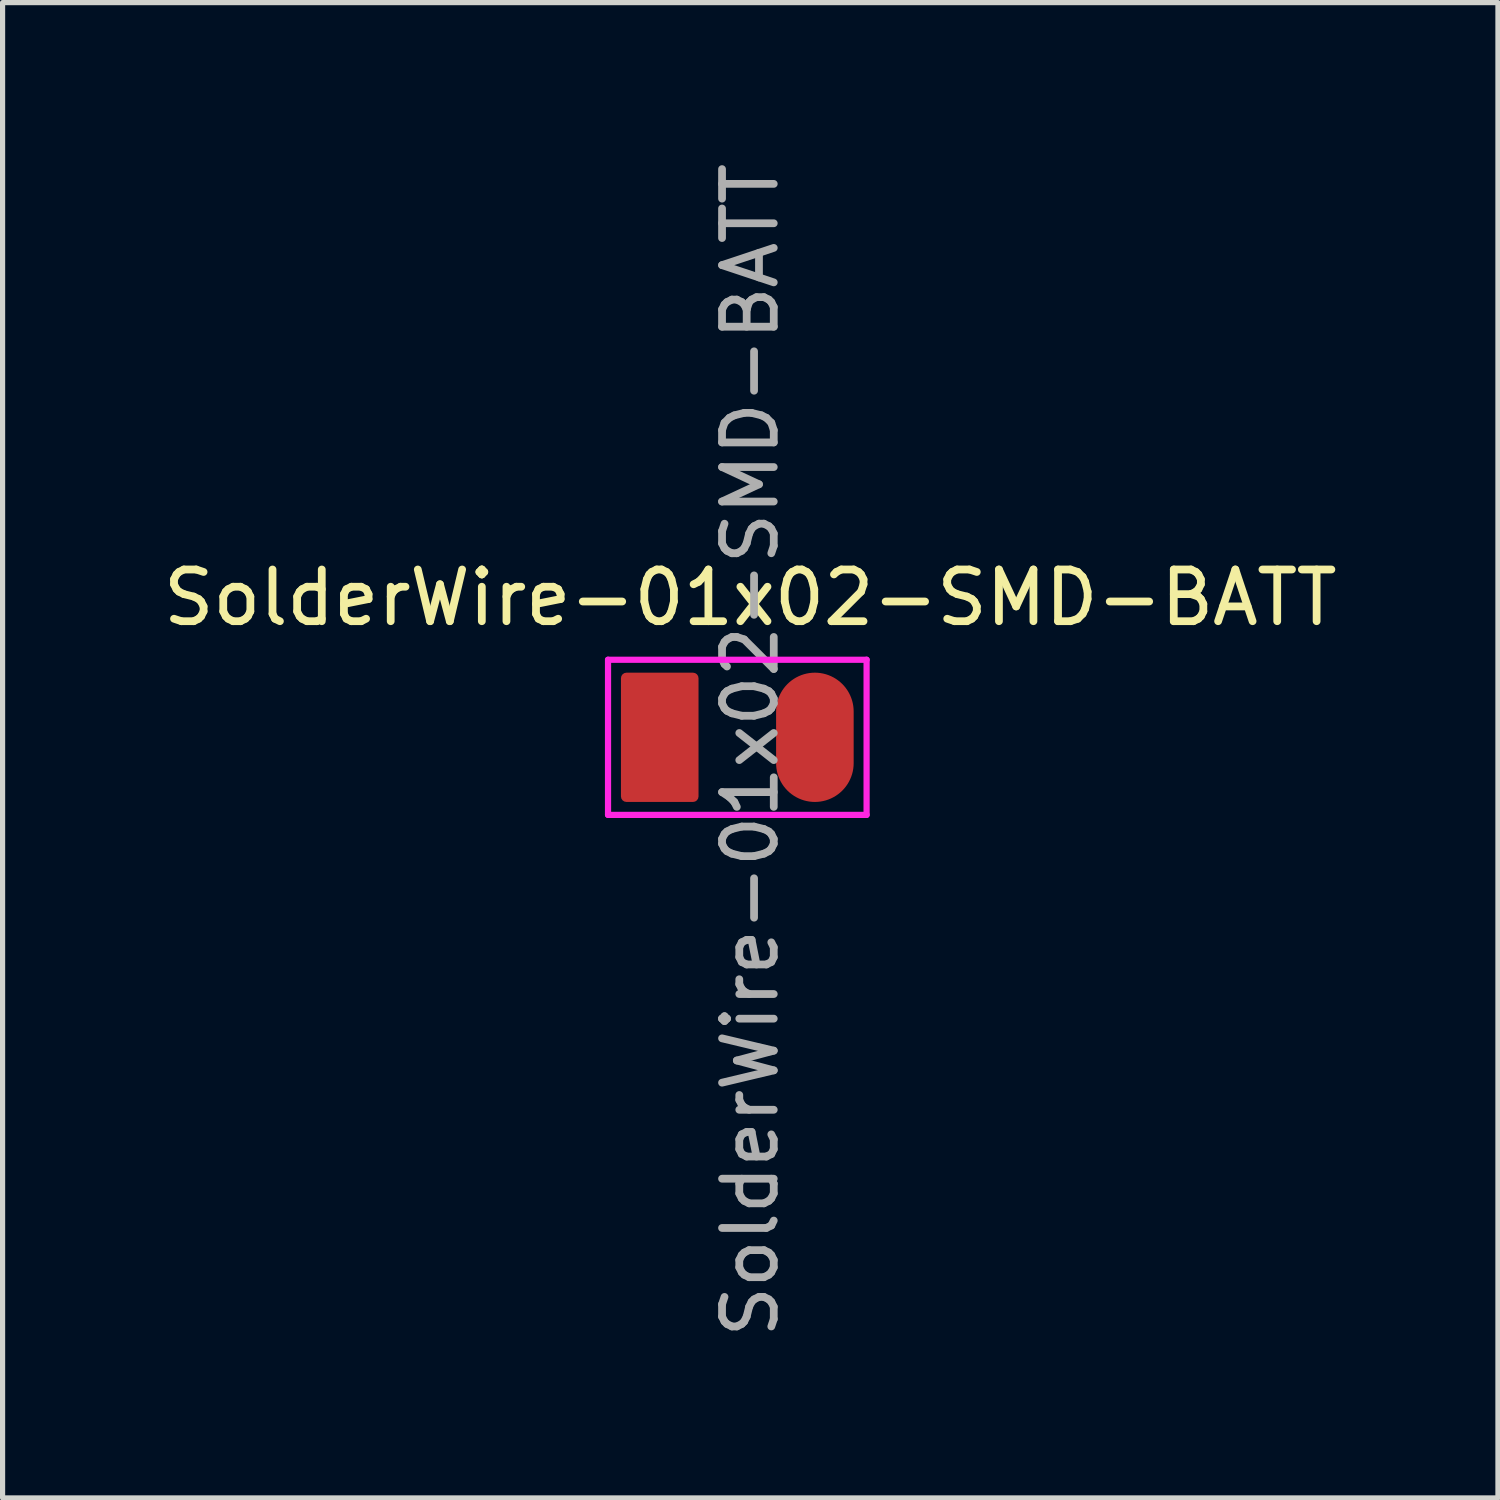
<source format=kicad_pcb>
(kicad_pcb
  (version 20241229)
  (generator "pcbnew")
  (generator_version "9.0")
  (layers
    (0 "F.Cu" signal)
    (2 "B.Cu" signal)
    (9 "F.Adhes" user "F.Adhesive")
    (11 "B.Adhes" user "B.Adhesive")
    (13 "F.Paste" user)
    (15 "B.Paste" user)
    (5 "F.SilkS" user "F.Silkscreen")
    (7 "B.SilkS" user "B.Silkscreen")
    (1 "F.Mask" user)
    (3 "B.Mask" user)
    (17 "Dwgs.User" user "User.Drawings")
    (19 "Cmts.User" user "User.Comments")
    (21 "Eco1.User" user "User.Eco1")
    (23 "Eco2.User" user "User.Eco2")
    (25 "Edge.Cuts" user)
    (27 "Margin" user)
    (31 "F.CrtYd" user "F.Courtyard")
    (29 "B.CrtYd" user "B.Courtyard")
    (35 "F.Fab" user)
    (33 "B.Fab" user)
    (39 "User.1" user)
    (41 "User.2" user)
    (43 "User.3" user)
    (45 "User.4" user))
  (footprint "SolderWire-01x02-SMD-BATT"
    (layer "F.Cu")
    (at 7.958 11.458)
    (property "Reference" "SolderWire-01x02-SMD-BATT" (at 3.5 -2.95 0) (layer "F.SilkS") (effects (font (size 1 1) (thickness 0.15))))
    (attr exclude_from_pos_files exclude_from_bom)
    (fp_line (start 0.75 -1.75) (end 5.75 -1.75) (stroke (width 0.12) (type solid)) (layer "F.CrtYd"))
    (fp_line (start 0.75 1.25) (end 0.75 -1.75) (stroke (width 0.12) (type solid)) (layer "F.CrtYd"))
    (fp_line (start 5.75 -1.75) (end 5.75 1.25) (stroke (width 0.12) (type solid)) (layer "F.CrtYd"))
    (fp_line (start 5.75 1.25) (end 0.75 1.25) (stroke (width 0.12) (type solid)) (layer "F.CrtYd"))
    (fp_text user "${REFERENCE}" (at 3.5 0 90) (layer "F.Fab") (effects (font (size 1 1) (thickness 0.15))))
    (pad "1" smd roundrect (at 1.75 -0.25) (size 1.5 2.5) (layers "F.Cu" "F.Mask" "F.Paste") (roundrect_rratio 0.071))
    (pad "2" smd oval (at 4.75 -0.25) (size 1.5 2.5) (layers "F.Cu" "F.Mask" "F.Paste")))
  (gr_rect
    (start -3 -3)
    (end 25.917 25.917)
    (stroke (width 0.1) (type default))
    (fill no)
    (layer "Edge.Cuts")))
</source>
